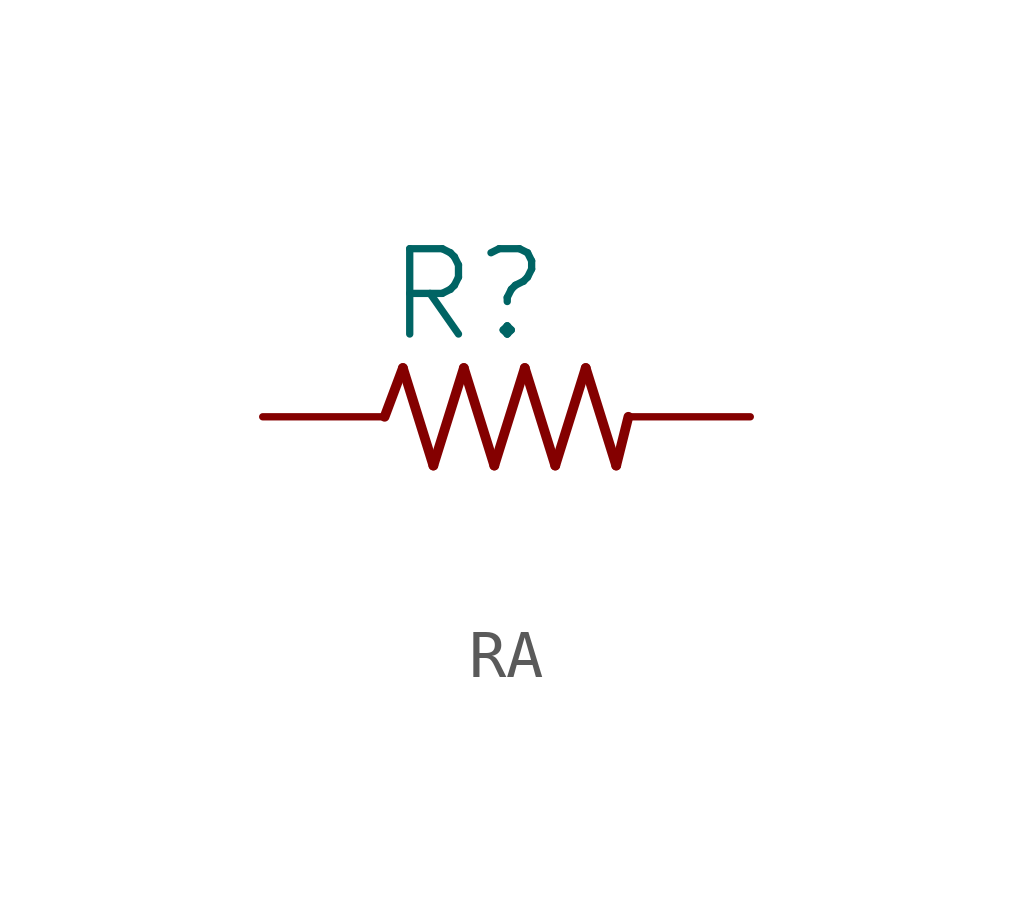
<source format=kicad_sym>
(kicad_symbol_lib
  (version 20231120)
  (generator "kicad_symbol_editor")
  (generator_version "8.0")
  (symbol "RA"
    (property "Reference" "R"
      (at -2.54 1.499 0)
      (effects (font (size 1.778 1.778)) (justify left bottom)))
    (property "Value" ""
      (at -5.08 -3.302 0)
      (effects (font (size 1.778 1.778)) (justify left bottom)))
    (property "ki_locked" ""
      (at 0 0 0)
      (effects (font (size 1.27 1.27))))
    (symbol "RA_1_0"
      (polyline (pts (xy -2.54 0) (xy -2.159 1.016)) (stroke (width 0.203) (type solid)) (fill (type none)))
      (polyline (pts (xy -2.159 1.016) (xy -1.524 -1.016)) (stroke (width 0.203) (type solid)) (fill (type none)))
      (polyline (pts (xy -1.524 -1.016) (xy -0.889 1.016)) (stroke (width 0.203) (type solid)) (fill (type none)))
      (polyline (pts (xy -0.889 1.016) (xy -0.254 -1.016)) (stroke (width 0.203) (type solid)) (fill (type none)))
      (polyline (pts (xy -0.254 -1.016) (xy 0.381 1.016)) (stroke (width 0.203) (type solid)) (fill (type none)))
      (polyline (pts (xy 0.381 1.016) (xy 1.016 -1.016)) (stroke (width 0.203) (type solid)) (fill (type none)))
      (polyline (pts (xy 1.016 -1.016) (xy 1.651 1.016)) (stroke (width 0.203) (type solid)) (fill (type none)))
      (polyline (pts (xy 1.651 1.016) (xy 2.286 -1.016)) (stroke (width 0.203) (type solid)) (fill (type none)))
      (polyline (pts (xy 2.286 -1.016) (xy 2.54 0)) (stroke (width 0.203) (type solid)) (fill (type none)))
      (pin passive line (at -5.08 0 0) (length 2.54) (name "1" (effects (font (size 0 0)))) (number "1" (effects (font (size 0 0)))))
      (pin passive line (at 5.08 0 180) (length 2.54) (name "2" (effects (font (size 0 0)))) (number "2" (effects (font (size 0 0))))))))
</source>
